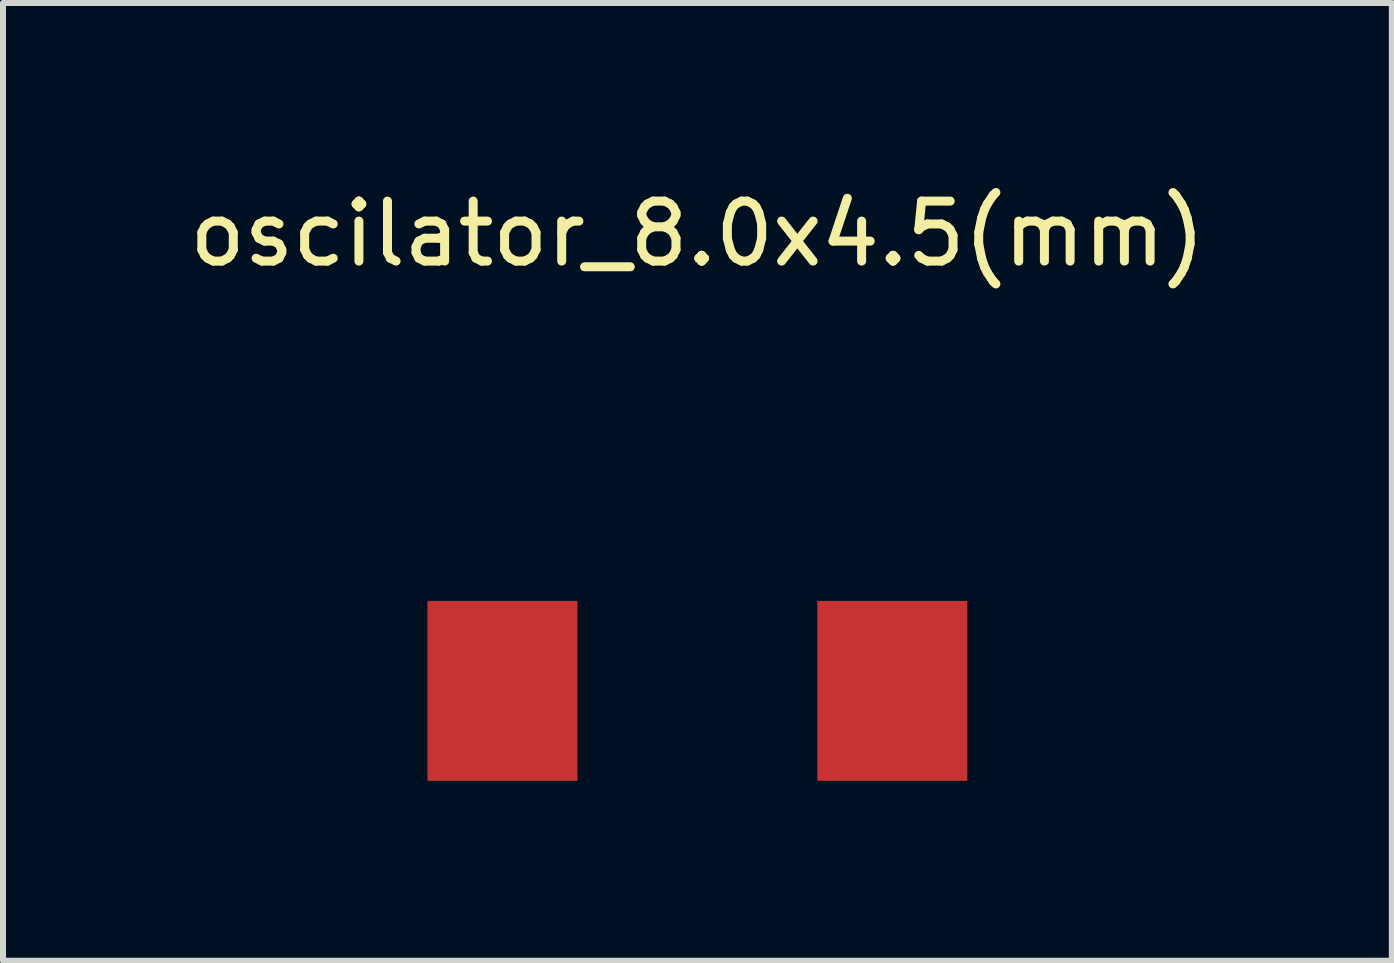
<source format=kicad_pcb>
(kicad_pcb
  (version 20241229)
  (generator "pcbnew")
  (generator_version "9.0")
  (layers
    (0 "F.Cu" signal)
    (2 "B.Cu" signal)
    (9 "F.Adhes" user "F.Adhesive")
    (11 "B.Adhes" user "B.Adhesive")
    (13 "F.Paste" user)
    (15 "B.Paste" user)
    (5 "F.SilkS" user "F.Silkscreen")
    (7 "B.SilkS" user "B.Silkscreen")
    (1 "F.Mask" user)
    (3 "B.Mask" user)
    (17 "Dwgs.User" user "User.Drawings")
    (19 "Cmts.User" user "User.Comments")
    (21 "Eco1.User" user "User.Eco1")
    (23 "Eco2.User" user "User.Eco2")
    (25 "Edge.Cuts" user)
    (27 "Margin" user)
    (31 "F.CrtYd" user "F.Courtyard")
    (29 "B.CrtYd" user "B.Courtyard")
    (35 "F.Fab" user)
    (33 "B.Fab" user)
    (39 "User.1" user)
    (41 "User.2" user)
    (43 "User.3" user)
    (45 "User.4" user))
  (footprint "oscilator_8.0x4.5(mm)"
    (layer "F.Cu")
    (at 8.577 8.468)
    (property "Reference" "oscilator_8.0x4.5(mm)" (at 0 -7.62 0) (layer "F.SilkS") (effects (font (size 1 1) (thickness 0.15))))
    (attr through_hole)
    (pad "1" smd rect (at 3.25 0) (size 2.5 3) (layers "F.Cu" "F.Mask" "F.Paste"))
    (pad "2" smd rect (at -3.25 0) (size 2.5 3) (layers "F.Cu" "F.Mask" "F.Paste")))
  (gr_rect
    (start -3 -3)
    (end 20.155 12.968)
    (stroke (width 0.1) (type default))
    (fill no)
    (layer "Edge.Cuts")))
</source>
